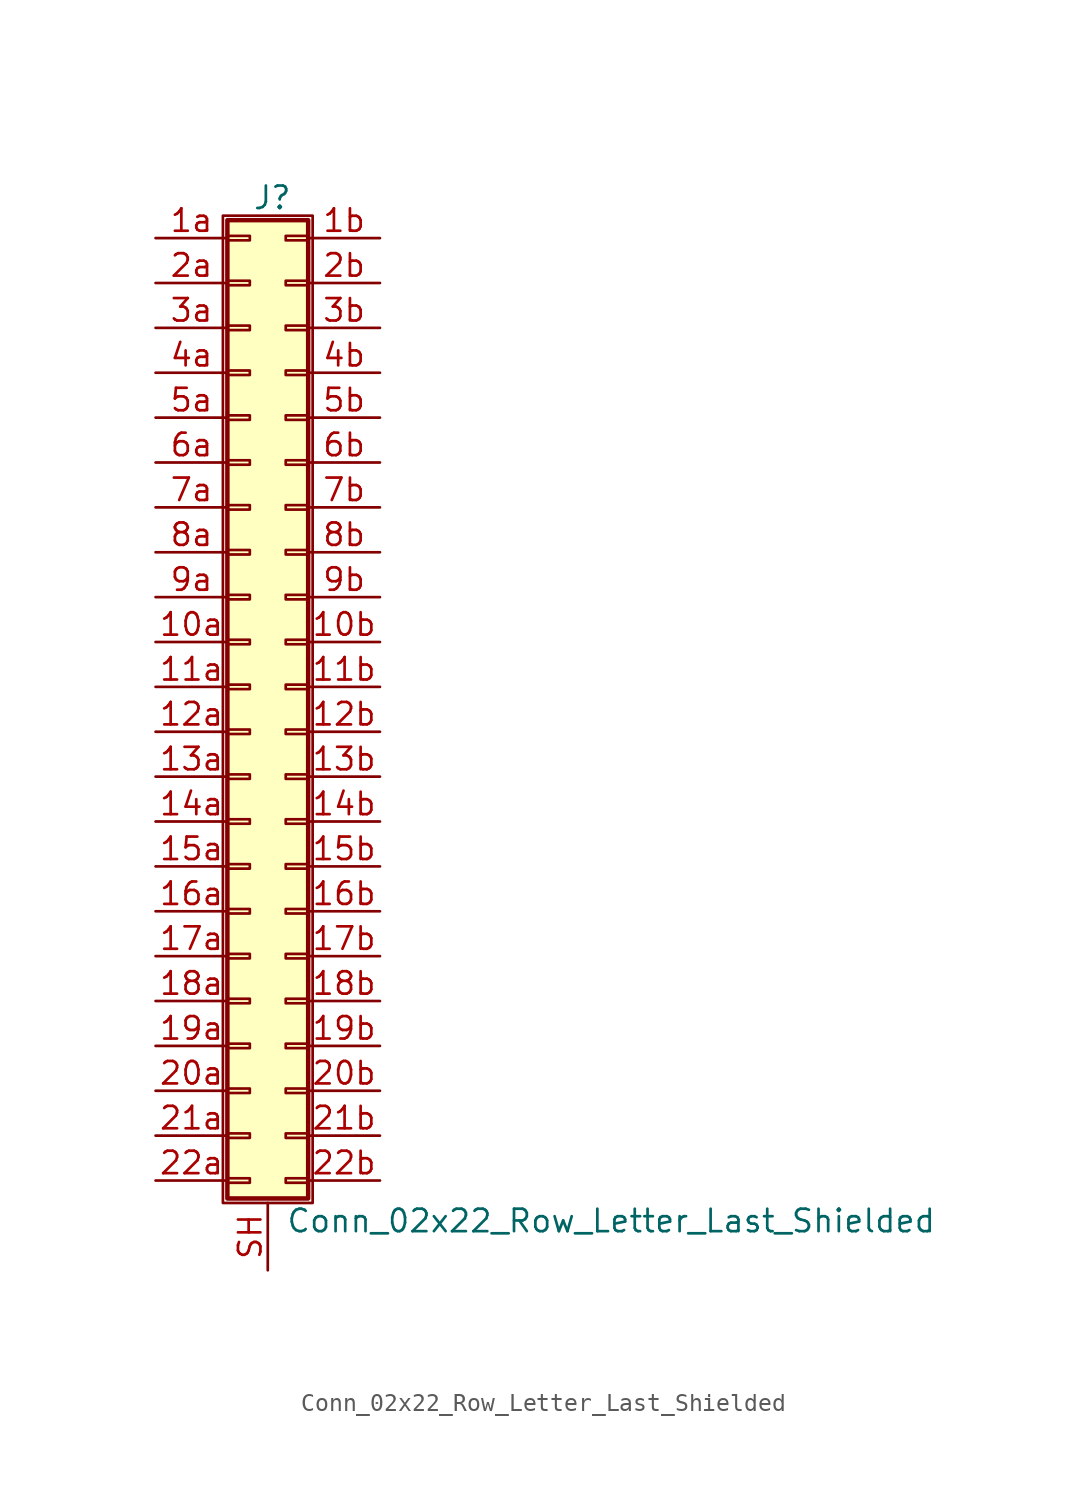
<source format=kicad_sym>
(kicad_symbol_lib
  (version 20201005)
  (generator kicad_symbol_editor)
  (symbol "Conn_02x22_Row_Letter_Last_Shielded"
    (pin_names
      (offset 1.016) hide)
    (property "Reference" "J"
      (at 1.524 27.686 0)
      (effects (font (size 1.27 1.27))))
    (property "Value" "Conn_02x22_Row_Letter_Last_Shielded"
      (at 2.286 -30.226 0)
      (effects (font (size 1.27 1.27)) (justify left)))
    (symbol "Conn_02x22_Row_Letter_Last_Shielded_1_1"
      (rectangle (start -1.27 26.67) (end 3.81 -29.21) (stroke (width 0.152)) (fill (type none)))
      (rectangle (start -1.016 -27.813) (end 0.254 -28.067) (stroke (width 0.152)) (fill (type none)))
      (rectangle (start -1.016 -25.273) (end 0.254 -25.527) (stroke (width 0.152)) (fill (type none)))
      (rectangle (start -1.016 -22.733) (end 0.254 -22.987) (stroke (width 0.152)) (fill (type none)))
      (rectangle (start -1.016 -20.193) (end 0.254 -20.447) (stroke (width 0.152)) (fill (type none)))
      (rectangle (start -1.016 -17.653) (end 0.254 -17.907) (stroke (width 0.152)) (fill (type none)))
      (rectangle (start -1.016 -15.113) (end 0.254 -15.367) (stroke (width 0.152)) (fill (type none)))
      (rectangle (start -1.016 -12.573) (end 0.254 -12.827) (stroke (width 0.152)) (fill (type none)))
      (rectangle (start -1.016 -10.033) (end 0.254 -10.287) (stroke (width 0.152)) (fill (type none)))
      (rectangle (start -1.016 -7.493) (end 0.254 -7.747) (stroke (width 0.152)) (fill (type none)))
      (rectangle (start -1.016 -4.953) (end 0.254 -5.207) (stroke (width 0.152)) (fill (type none)))
      (rectangle (start -1.016 -2.413) (end 0.254 -2.667) (stroke (width 0.152)) (fill (type none)))
      (rectangle (start -1.016 0.127) (end 0.254 -0.127) (stroke (width 0.152)) (fill (type none)))
      (rectangle (start -1.016 2.667) (end 0.254 2.413) (stroke (width 0.152)) (fill (type none)))
      (rectangle (start -1.016 5.207) (end 0.254 4.953) (stroke (width 0.152)) (fill (type none)))
      (rectangle (start -1.016 7.747) (end 0.254 7.493) (stroke (width 0.152)) (fill (type none)))
      (rectangle (start -1.016 10.287) (end 0.254 10.033) (stroke (width 0.152)) (fill (type none)))
      (rectangle (start -1.016 12.827) (end 0.254 12.573) (stroke (width 0.152)) (fill (type none)))
      (rectangle (start -1.016 15.367) (end 0.254 15.113) (stroke (width 0.152)) (fill (type none)))
      (rectangle (start -1.016 17.907) (end 0.254 17.653) (stroke (width 0.152)) (fill (type none)))
      (rectangle (start -1.016 20.447) (end 0.254 20.193) (stroke (width 0.152)) (fill (type none)))
      (rectangle (start -1.016 22.987) (end 0.254 22.733) (stroke (width 0.152)) (fill (type none)))
      (rectangle (start -1.016 25.527) (end 0.254 25.273) (stroke (width 0.152)) (fill (type none)))
      (rectangle (start 3.556 -27.813) (end 2.286 -28.067) (stroke (width 0.152)) (fill (type none)))
      (rectangle (start 3.556 -25.273) (end 2.286 -25.527) (stroke (width 0.152)) (fill (type none)))
      (rectangle (start 3.556 -22.733) (end 2.286 -22.987) (stroke (width 0.152)) (fill (type none)))
      (rectangle (start 3.556 -20.193) (end 2.286 -20.447) (stroke (width 0.152)) (fill (type none)))
      (rectangle (start 3.556 -17.653) (end 2.286 -17.907) (stroke (width 0.152)) (fill (type none)))
      (rectangle (start 3.556 -15.113) (end 2.286 -15.367) (stroke (width 0.152)) (fill (type none)))
      (rectangle (start 3.556 -12.573) (end 2.286 -12.827) (stroke (width 0.152)) (fill (type none)))
      (rectangle (start 3.556 -10.033) (end 2.286 -10.287) (stroke (width 0.152)) (fill (type none)))
      (rectangle (start 3.556 -7.493) (end 2.286 -7.747) (stroke (width 0.152)) (fill (type none)))
      (rectangle (start 3.556 -4.953) (end 2.286 -5.207) (stroke (width 0.152)) (fill (type none)))
      (rectangle (start 3.556 -2.413) (end 2.286 -2.667) (stroke (width 0.152)) (fill (type none)))
      (rectangle (start 3.556 0.127) (end 2.286 -0.127) (stroke (width 0.152)) (fill (type none)))
      (rectangle (start 3.556 2.667) (end 2.286 2.413) (stroke (width 0.152)) (fill (type none)))
      (rectangle (start 3.556 5.207) (end 2.286 4.953) (stroke (width 0.152)) (fill (type none)))
      (rectangle (start 3.556 7.747) (end 2.286 7.493) (stroke (width 0.152)) (fill (type none)))
      (rectangle (start 3.556 10.287) (end 2.286 10.033) (stroke (width 0.152)) (fill (type none)))
      (rectangle (start 3.556 12.827) (end 2.286 12.573) (stroke (width 0.152)) (fill (type none)))
      (rectangle (start 3.556 15.367) (end 2.286 15.113) (stroke (width 0.152)) (fill (type none)))
      (rectangle (start 3.556 17.907) (end 2.286 17.653) (stroke (width 0.152)) (fill (type none)))
      (rectangle (start 3.556 20.447) (end 2.286 20.193) (stroke (width 0.152)) (fill (type none)))
      (rectangle (start 3.556 22.987) (end 2.286 22.733) (stroke (width 0.152)) (fill (type none)))
      (rectangle (start 3.556 25.527) (end 2.286 25.273) (stroke (width 0.152)) (fill (type none)))
      (rectangle (start -1.016 26.416) (end 3.556 -28.956) (stroke (width 0.254)) (fill (type background)))
      (pin passive line (at -5.08 2.54 0) (length 4.064) (name "Pin_10a" (effects (font (size 1.27 1.27)))) (number "10a" (effects (font (size 1.27 1.27)))))
      (pin passive line (at 7.62 2.54 180) (length 4.064) (name "Pin_10b" (effects (font (size 1.27 1.27)))) (number "10b" (effects (font (size 1.27 1.27)))))
      (pin passive line (at -5.08 0 0) (length 4.064) (name "Pin_11a" (effects (font (size 1.27 1.27)))) (number "11a" (effects (font (size 1.27 1.27)))))
      (pin passive line (at 7.62 0 180) (length 4.064) (name "Pin_11b" (effects (font (size 1.27 1.27)))) (number "11b" (effects (font (size 1.27 1.27)))))
      (pin passive line (at -5.08 -2.54 0) (length 4.064) (name "Pin_12a" (effects (font (size 1.27 1.27)))) (number "12a" (effects (font (size 1.27 1.27)))))
      (pin passive line (at 7.62 -2.54 180) (length 4.064) (name "Pin_12b" (effects (font (size 1.27 1.27)))) (number "12b" (effects (font (size 1.27 1.27)))))
      (pin passive line (at -5.08 -5.08 0) (length 4.064) (name "Pin_13a" (effects (font (size 1.27 1.27)))) (number "13a" (effects (font (size 1.27 1.27)))))
      (pin passive line (at 7.62 -5.08 180) (length 4.064) (name "Pin_13b" (effects (font (size 1.27 1.27)))) (number "13b" (effects (font (size 1.27 1.27)))))
      (pin passive line (at -5.08 -7.62 0) (length 4.064) (name "Pin_14a" (effects (font (size 1.27 1.27)))) (number "14a" (effects (font (size 1.27 1.27)))))
      (pin passive line (at 7.62 -7.62 180) (length 4.064) (name "Pin_14b" (effects (font (size 1.27 1.27)))) (number "14b" (effects (font (size 1.27 1.27)))))
      (pin passive line (at -5.08 -10.16 0) (length 4.064) (name "Pin_15a" (effects (font (size 1.27 1.27)))) (number "15a" (effects (font (size 1.27 1.27)))))
      (pin passive line (at 7.62 -10.16 180) (length 4.064) (name "Pin_15b" (effects (font (size 1.27 1.27)))) (number "15b" (effects (font (size 1.27 1.27)))))
      (pin passive line (at -5.08 -12.7 0) (length 4.064) (name "Pin_16a" (effects (font (size 1.27 1.27)))) (number "16a" (effects (font (size 1.27 1.27)))))
      (pin passive line (at 7.62 -12.7 180) (length 4.064) (name "Pin_16b" (effects (font (size 1.27 1.27)))) (number "16b" (effects (font (size 1.27 1.27)))))
      (pin passive line (at -5.08 -15.24 0) (length 4.064) (name "Pin_17a" (effects (font (size 1.27 1.27)))) (number "17a" (effects (font (size 1.27 1.27)))))
      (pin passive line (at 7.62 -15.24 180) (length 4.064) (name "Pin_17b" (effects (font (size 1.27 1.27)))) (number "17b" (effects (font (size 1.27 1.27)))))
      (pin passive line (at -5.08 -17.78 0) (length 4.064) (name "Pin_18a" (effects (font (size 1.27 1.27)))) (number "18a" (effects (font (size 1.27 1.27)))))
      (pin passive line (at 7.62 -17.78 180) (length 4.064) (name "Pin_18b" (effects (font (size 1.27 1.27)))) (number "18b" (effects (font (size 1.27 1.27)))))
      (pin passive line (at -5.08 -20.32 0) (length 4.064) (name "Pin_19a" (effects (font (size 1.27 1.27)))) (number "19a" (effects (font (size 1.27 1.27)))))
      (pin passive line (at 7.62 -20.32 180) (length 4.064) (name "Pin_19b" (effects (font (size 1.27 1.27)))) (number "19b" (effects (font (size 1.27 1.27)))))
      (pin passive line (at -5.08 25.4 0) (length 4.064) (name "Pin_1a" (effects (font (size 1.27 1.27)))) (number "1a" (effects (font (size 1.27 1.27)))))
      (pin passive line (at 7.62 25.4 180) (length 4.064) (name "Pin_1b" (effects (font (size 1.27 1.27)))) (number "1b" (effects (font (size 1.27 1.27)))))
      (pin passive line (at -5.08 -22.86 0) (length 4.064) (name "Pin_20a" (effects (font (size 1.27 1.27)))) (number "20a" (effects (font (size 1.27 1.27)))))
      (pin passive line (at 7.62 -22.86 180) (length 4.064) (name "Pin_20b" (effects (font (size 1.27 1.27)))) (number "20b" (effects (font (size 1.27 1.27)))))
      (pin passive line (at -5.08 -25.4 0) (length 4.064) (name "Pin_21a" (effects (font (size 1.27 1.27)))) (number "21a" (effects (font (size 1.27 1.27)))))
      (pin passive line (at 7.62 -25.4 180) (length 4.064) (name "Pin_21b" (effects (font (size 1.27 1.27)))) (number "21b" (effects (font (size 1.27 1.27)))))
      (pin passive line (at -5.08 -27.94 0) (length 4.064) (name "Pin_22a" (effects (font (size 1.27 1.27)))) (number "22a" (effects (font (size 1.27 1.27)))))
      (pin passive line (at 7.62 -27.94 180) (length 4.064) (name "Pin_22b" (effects (font (size 1.27 1.27)))) (number "22b" (effects (font (size 1.27 1.27)))))
      (pin passive line (at -5.08 22.86 0) (length 4.064) (name "Pin_2a" (effects (font (size 1.27 1.27)))) (number "2a" (effects (font (size 1.27 1.27)))))
      (pin passive line (at 7.62 22.86 180) (length 4.064) (name "Pin_2b" (effects (font (size 1.27 1.27)))) (number "2b" (effects (font (size 1.27 1.27)))))
      (pin passive line (at -5.08 20.32 0) (length 4.064) (name "Pin_3a" (effects (font (size 1.27 1.27)))) (number "3a" (effects (font (size 1.27 1.27)))))
      (pin passive line (at 7.62 20.32 180) (length 4.064) (name "Pin_3b" (effects (font (size 1.27 1.27)))) (number "3b" (effects (font (size 1.27 1.27)))))
      (pin passive line (at -5.08 17.78 0) (length 4.064) (name "Pin_4a" (effects (font (size 1.27 1.27)))) (number "4a" (effects (font (size 1.27 1.27)))))
      (pin passive line (at 7.62 17.78 180) (length 4.064) (name "Pin_4b" (effects (font (size 1.27 1.27)))) (number "4b" (effects (font (size 1.27 1.27)))))
      (pin passive line (at -5.08 15.24 0) (length 4.064) (name "Pin_5a" (effects (font (size 1.27 1.27)))) (number "5a" (effects (font (size 1.27 1.27)))))
      (pin passive line (at 7.62 15.24 180) (length 4.064) (name "Pin_5b" (effects (font (size 1.27 1.27)))) (number "5b" (effects (font (size 1.27 1.27)))))
      (pin passive line (at -5.08 12.7 0) (length 4.064) (name "Pin_6a" (effects (font (size 1.27 1.27)))) (number "6a" (effects (font (size 1.27 1.27)))))
      (pin passive line (at 7.62 12.7 180) (length 4.064) (name "Pin_6b" (effects (font (size 1.27 1.27)))) (number "6b" (effects (font (size 1.27 1.27)))))
      (pin passive line (at -5.08 10.16 0) (length 4.064) (name "Pin_7a" (effects (font (size 1.27 1.27)))) (number "7a" (effects (font (size 1.27 1.27)))))
      (pin passive line (at 7.62 10.16 180) (length 4.064) (name "Pin_7b" (effects (font (size 1.27 1.27)))) (number "7b" (effects (font (size 1.27 1.27)))))
      (pin passive line (at -5.08 7.62 0) (length 4.064) (name "Pin_8a" (effects (font (size 1.27 1.27)))) (number "8a" (effects (font (size 1.27 1.27)))))
      (pin passive line (at 7.62 7.62 180) (length 4.064) (name "Pin_8b" (effects (font (size 1.27 1.27)))) (number "8b" (effects (font (size 1.27 1.27)))))
      (pin passive line (at -5.08 5.08 0) (length 4.064) (name "Pin_9a" (effects (font (size 1.27 1.27)))) (number "9a" (effects (font (size 1.27 1.27)))))
      (pin passive line (at 7.62 5.08 180) (length 4.064) (name "Pin_9b" (effects (font (size 1.27 1.27)))) (number "9b" (effects (font (size 1.27 1.27)))))
      (pin passive line (at 1.27 -33.02 90) (length 3.81) (name "Shield" (effects (font (size 1.27 1.27)))) (number "SH" (effects (font (size 1.27 1.27))))))))
</source>
